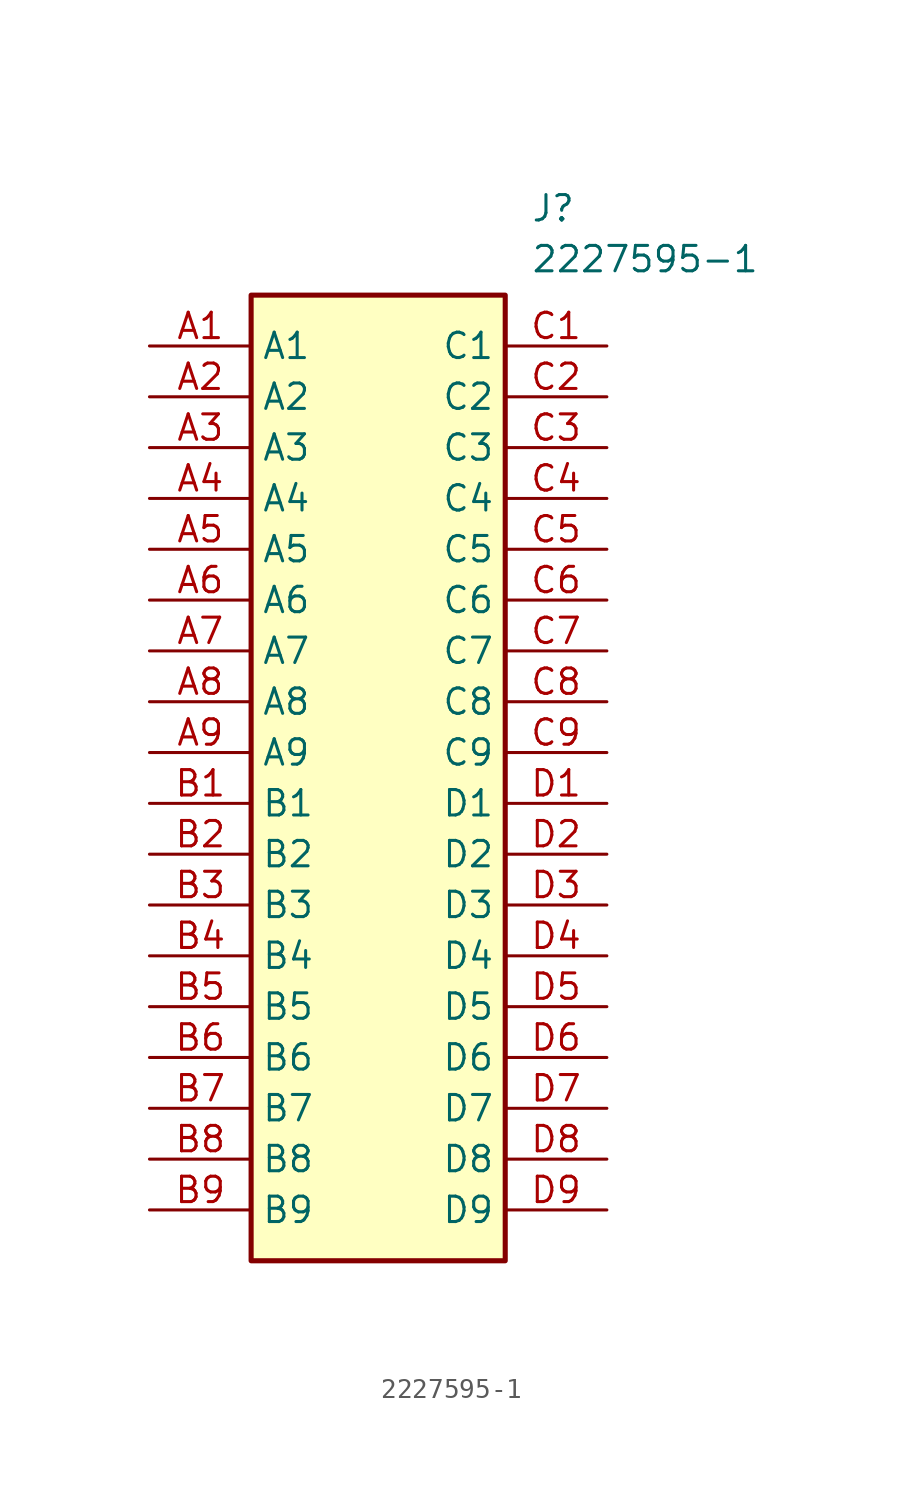
<source format=kicad_sym>
(kicad_symbol_lib
  (version 20211014)
  (generator SamacSys_ECAD_Model)
  (symbol "2227595-1"
    (property "Reference" "J"
      (at 19.05 7.62 0)
      (effects (font (size 1.27 1.27)) (justify left top)))
    (property "Value" "2227595-1"
      (at 19.05 5.08 0)
      (effects (font (size 1.27 1.27)) (justify left top)))
    (rectangle
      (start 5.08 2.54)
      (end 17.78 -45.72)
      (stroke (width 0.254) (type default))
      (fill (type background)))
    (pin passive line
      (at 0 0 0)
      (length 5.08)
      (name "A1" (effects (font (size 1.27 1.27))))
      (number "A1" (effects (font (size 1.27 1.27)))))
    (pin passive line
      (at 0 -2.54 0)
      (length 5.08)
      (name "A2" (effects (font (size 1.27 1.27))))
      (number "A2" (effects (font (size 1.27 1.27)))))
    (pin passive line
      (at 0 -5.08 0)
      (length 5.08)
      (name "A3" (effects (font (size 1.27 1.27))))
      (number "A3" (effects (font (size 1.27 1.27)))))
    (pin passive line
      (at 0 -7.62 0)
      (length 5.08)
      (name "A4" (effects (font (size 1.27 1.27))))
      (number "A4" (effects (font (size 1.27 1.27)))))
    (pin passive line
      (at 0 -10.16 0)
      (length 5.08)
      (name "A5" (effects (font (size 1.27 1.27))))
      (number "A5" (effects (font (size 1.27 1.27)))))
    (pin passive line
      (at 0 -12.7 0)
      (length 5.08)
      (name "A6" (effects (font (size 1.27 1.27))))
      (number "A6" (effects (font (size 1.27 1.27)))))
    (pin passive line
      (at 0 -15.24 0)
      (length 5.08)
      (name "A7" (effects (font (size 1.27 1.27))))
      (number "A7" (effects (font (size 1.27 1.27)))))
    (pin passive line
      (at 0 -17.78 0)
      (length 5.08)
      (name "A8" (effects (font (size 1.27 1.27))))
      (number "A8" (effects (font (size 1.27 1.27)))))
    (pin passive line
      (at 0 -20.32 0)
      (length 5.08)
      (name "A9" (effects (font (size 1.27 1.27))))
      (number "A9" (effects (font (size 1.27 1.27)))))
    (pin passive line
      (at 0 -22.86 0)
      (length 5.08)
      (name "B1" (effects (font (size 1.27 1.27))))
      (number "B1" (effects (font (size 1.27 1.27)))))
    (pin passive line
      (at 0 -25.4 0)
      (length 5.08)
      (name "B2" (effects (font (size 1.27 1.27))))
      (number "B2" (effects (font (size 1.27 1.27)))))
    (pin passive line
      (at 0 -27.94 0)
      (length 5.08)
      (name "B3" (effects (font (size 1.27 1.27))))
      (number "B3" (effects (font (size 1.27 1.27)))))
    (pin passive line
      (at 0 -30.48 0)
      (length 5.08)
      (name "B4" (effects (font (size 1.27 1.27))))
      (number "B4" (effects (font (size 1.27 1.27)))))
    (pin passive line
      (at 0 -33.02 0)
      (length 5.08)
      (name "B5" (effects (font (size 1.27 1.27))))
      (number "B5" (effects (font (size 1.27 1.27)))))
    (pin passive line
      (at 0 -35.56 0)
      (length 5.08)
      (name "B6" (effects (font (size 1.27 1.27))))
      (number "B6" (effects (font (size 1.27 1.27)))))
    (pin passive line
      (at 0 -38.1 0)
      (length 5.08)
      (name "B7" (effects (font (size 1.27 1.27))))
      (number "B7" (effects (font (size 1.27 1.27)))))
    (pin passive line
      (at 0 -40.64 0)
      (length 5.08)
      (name "B8" (effects (font (size 1.27 1.27))))
      (number "B8" (effects (font (size 1.27 1.27)))))
    (pin passive line
      (at 0 -43.18 0)
      (length 5.08)
      (name "B9" (effects (font (size 1.27 1.27))))
      (number "B9" (effects (font (size 1.27 1.27)))))
    (pin passive line
      (at 22.86 0 180)
      (length 5.08)
      (name "C1" (effects (font (size 1.27 1.27))))
      (number "C1" (effects (font (size 1.27 1.27)))))
    (pin passive line
      (at 22.86 -2.54 180)
      (length 5.08)
      (name "C2" (effects (font (size 1.27 1.27))))
      (number "C2" (effects (font (size 1.27 1.27)))))
    (pin passive line
      (at 22.86 -5.08 180)
      (length 5.08)
      (name "C3" (effects (font (size 1.27 1.27))))
      (number "C3" (effects (font (size 1.27 1.27)))))
    (pin passive line
      (at 22.86 -7.62 180)
      (length 5.08)
      (name "C4" (effects (font (size 1.27 1.27))))
      (number "C4" (effects (font (size 1.27 1.27)))))
    (pin passive line
      (at 22.86 -10.16 180)
      (length 5.08)
      (name "C5" (effects (font (size 1.27 1.27))))
      (number "C5" (effects (font (size 1.27 1.27)))))
    (pin passive line
      (at 22.86 -12.7 180)
      (length 5.08)
      (name "C6" (effects (font (size 1.27 1.27))))
      (number "C6" (effects (font (size 1.27 1.27)))))
    (pin passive line
      (at 22.86 -15.24 180)
      (length 5.08)
      (name "C7" (effects (font (size 1.27 1.27))))
      (number "C7" (effects (font (size 1.27 1.27)))))
    (pin passive line
      (at 22.86 -17.78 180)
      (length 5.08)
      (name "C8" (effects (font (size 1.27 1.27))))
      (number "C8" (effects (font (size 1.27 1.27)))))
    (pin passive line
      (at 22.86 -20.32 180)
      (length 5.08)
      (name "C9" (effects (font (size 1.27 1.27))))
      (number "C9" (effects (font (size 1.27 1.27)))))
    (pin passive line
      (at 22.86 -22.86 180)
      (length 5.08)
      (name "D1" (effects (font (size 1.27 1.27))))
      (number "D1" (effects (font (size 1.27 1.27)))))
    (pin passive line
      (at 22.86 -25.4 180)
      (length 5.08)
      (name "D2" (effects (font (size 1.27 1.27))))
      (number "D2" (effects (font (size 1.27 1.27)))))
    (pin passive line
      (at 22.86 -27.94 180)
      (length 5.08)
      (name "D3" (effects (font (size 1.27 1.27))))
      (number "D3" (effects (font (size 1.27 1.27)))))
    (pin passive line
      (at 22.86 -30.48 180)
      (length 5.08)
      (name "D4" (effects (font (size 1.27 1.27))))
      (number "D4" (effects (font (size 1.27 1.27)))))
    (pin passive line
      (at 22.86 -33.02 180)
      (length 5.08)
      (name "D5" (effects (font (size 1.27 1.27))))
      (number "D5" (effects (font (size 1.27 1.27)))))
    (pin passive line
      (at 22.86 -35.56 180)
      (length 5.08)
      (name "D6" (effects (font (size 1.27 1.27))))
      (number "D6" (effects (font (size 1.27 1.27)))))
    (pin passive line
      (at 22.86 -38.1 180)
      (length 5.08)
      (name "D7" (effects (font (size 1.27 1.27))))
      (number "D7" (effects (font (size 1.27 1.27)))))
    (pin passive line
      (at 22.86 -40.64 180)
      (length 5.08)
      (name "D8" (effects (font (size 1.27 1.27))))
      (number "D8" (effects (font (size 1.27 1.27)))))
    (pin passive line
      (at 22.86 -43.18 180)
      (length 5.08)
      (name "D9" (effects (font (size 1.27 1.27))))
      (number "D9" (effects (font (size 1.27 1.27)))))))
</source>
